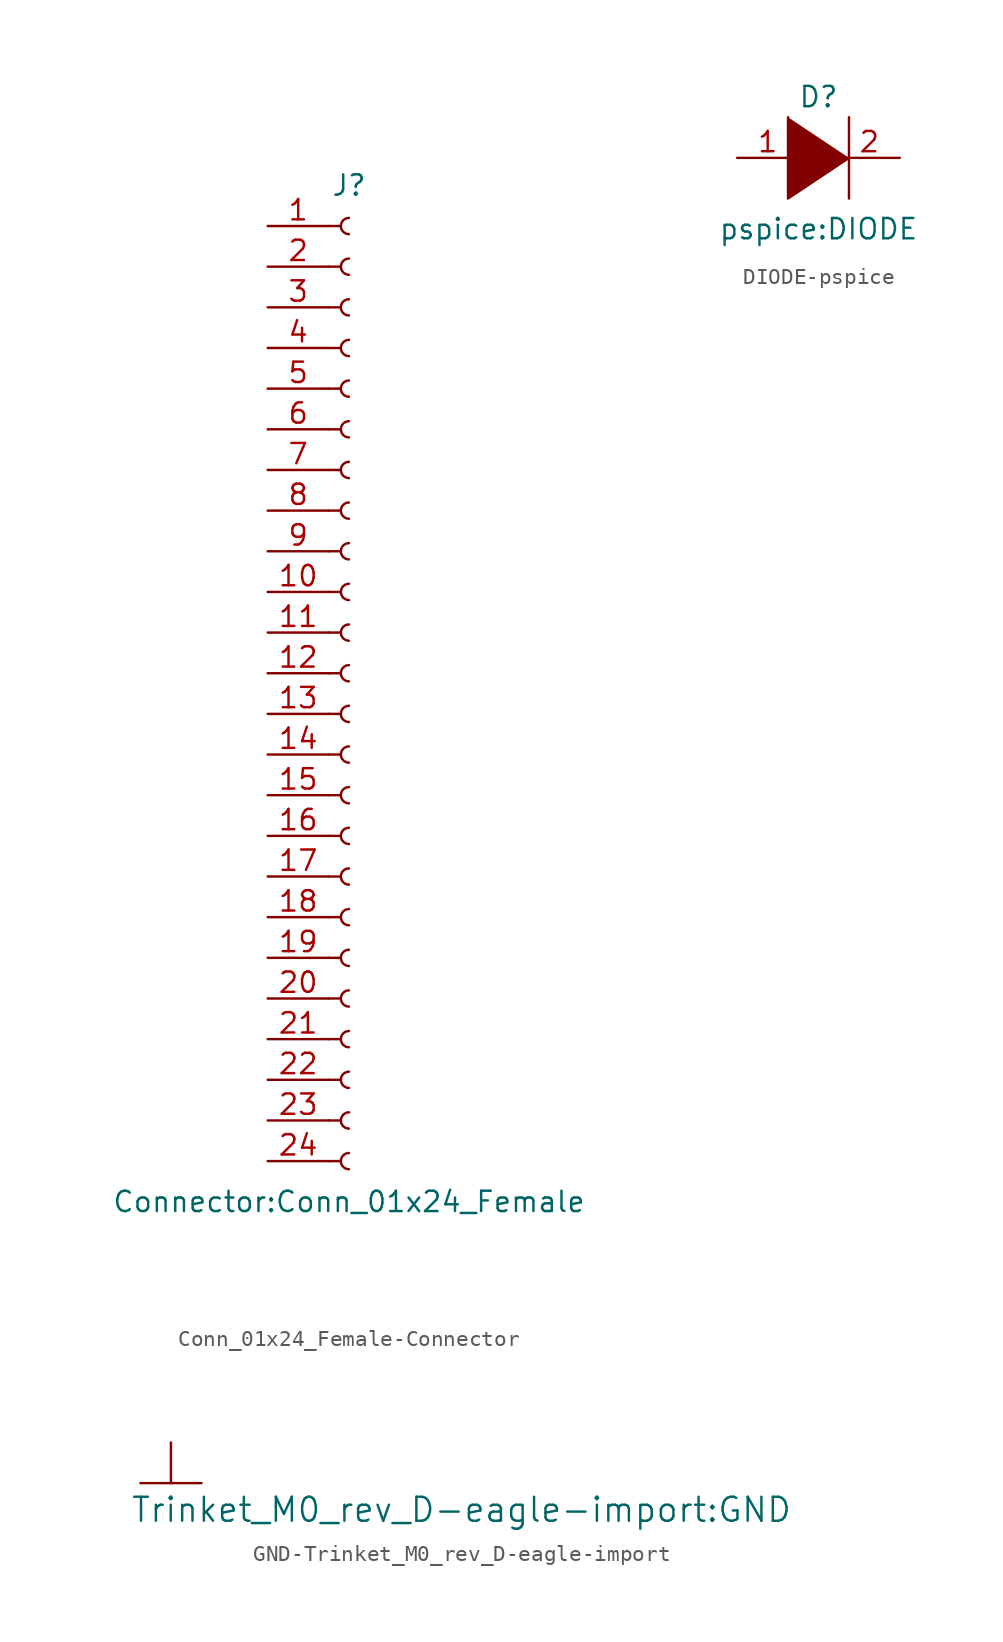
<source format=kicad_sym>
(kicad_symbol_lib
  (version 20241209)
  (generator "kicad_symbol_editor")
  (generator_version "9.0")
  (symbol "Conn_01x24_Female-Connector"
    (pin_names
      (offset 1.016)
      (hide yes))
    (property "Reference" "J"
      (at 0 30.48 0)
      (effects (font (size 1.27 1.27))))
    (property "Value" "Connector:Conn_01x24_Female"
      (at 0 -33.02 0)
      (effects (font (size 1.27 1.27))))
    (symbol "Conn_01x24_Female-Connector_1_1"
      (polyline (pts (xy -1.27 27.94) (xy -0.508 27.94)) (stroke (width 0.152) (type solid)) (fill (type none)))
      (polyline (pts (xy -1.27 25.4) (xy -0.508 25.4)) (stroke (width 0.152) (type solid)) (fill (type none)))
      (polyline (pts (xy -1.27 22.86) (xy -0.508 22.86)) (stroke (width 0.152) (type solid)) (fill (type none)))
      (polyline (pts (xy -1.27 20.32) (xy -0.508 20.32)) (stroke (width 0.152) (type solid)) (fill (type none)))
      (polyline (pts (xy -1.27 17.78) (xy -0.508 17.78)) (stroke (width 0.152) (type solid)) (fill (type none)))
      (polyline (pts (xy -1.27 15.24) (xy -0.508 15.24)) (stroke (width 0.152) (type solid)) (fill (type none)))
      (polyline (pts (xy -1.27 12.7) (xy -0.508 12.7)) (stroke (width 0.152) (type solid)) (fill (type none)))
      (polyline (pts (xy -1.27 10.16) (xy -0.508 10.16)) (stroke (width 0.152) (type solid)) (fill (type none)))
      (polyline (pts (xy -1.27 7.62) (xy -0.508 7.62)) (stroke (width 0.152) (type solid)) (fill (type none)))
      (polyline (pts (xy -1.27 5.08) (xy -0.508 5.08)) (stroke (width 0.152) (type solid)) (fill (type none)))
      (polyline (pts (xy -1.27 2.54) (xy -0.508 2.54)) (stroke (width 0.152) (type solid)) (fill (type none)))
      (polyline (pts (xy -1.27 0) (xy -0.508 0)) (stroke (width 0.152) (type solid)) (fill (type none)))
      (polyline (pts (xy -1.27 -2.54) (xy -0.508 -2.54)) (stroke (width 0.152) (type solid)) (fill (type none)))
      (polyline (pts (xy -1.27 -5.08) (xy -0.508 -5.08)) (stroke (width 0.152) (type solid)) (fill (type none)))
      (polyline (pts (xy -1.27 -7.62) (xy -0.508 -7.62)) (stroke (width 0.152) (type solid)) (fill (type none)))
      (polyline (pts (xy -1.27 -10.16) (xy -0.508 -10.16)) (stroke (width 0.152) (type solid)) (fill (type none)))
      (polyline (pts (xy -1.27 -12.7) (xy -0.508 -12.7)) (stroke (width 0.152) (type solid)) (fill (type none)))
      (polyline (pts (xy -1.27 -15.24) (xy -0.508 -15.24)) (stroke (width 0.152) (type solid)) (fill (type none)))
      (polyline (pts (xy -1.27 -17.78) (xy -0.508 -17.78)) (stroke (width 0.152) (type solid)) (fill (type none)))
      (polyline (pts (xy -1.27 -20.32) (xy -0.508 -20.32)) (stroke (width 0.152) (type solid)) (fill (type none)))
      (polyline (pts (xy -1.27 -22.86) (xy -0.508 -22.86)) (stroke (width 0.152) (type solid)) (fill (type none)))
      (polyline (pts (xy -1.27 -25.4) (xy -0.508 -25.4)) (stroke (width 0.152) (type solid)) (fill (type none)))
      (polyline (pts (xy -1.27 -27.94) (xy -0.508 -27.94)) (stroke (width 0.152) (type solid)) (fill (type none)))
      (polyline (pts (xy -1.27 -30.48) (xy -0.508 -30.48)) (stroke (width 0.152) (type solid)) (fill (type none)))
      (arc (start 0 27.432) (mid -0.508 27.94) (end 0 28.448) (stroke (width 0.1524) (type solid)) (fill (type none)))
      (arc (start 0 24.892) (mid -0.508 25.4) (end 0 25.908) (stroke (width 0.1524) (type solid)) (fill (type none)))
      (arc (start 0 22.352) (mid -0.508 22.86) (end 0 23.368) (stroke (width 0.1524) (type solid)) (fill (type none)))
      (arc (start 0 19.812) (mid -0.508 20.32) (end 0 20.828) (stroke (width 0.1524) (type solid)) (fill (type none)))
      (arc (start 0 17.272) (mid -0.508 17.78) (end 0 18.288) (stroke (width 0.1524) (type solid)) (fill (type none)))
      (arc (start 0 14.732) (mid -0.508 15.24) (end 0 15.748) (stroke (width 0.1524) (type solid)) (fill (type none)))
      (arc (start 0 12.192) (mid -0.508 12.7) (end 0 13.208) (stroke (width 0.1524) (type solid)) (fill (type none)))
      (arc (start 0 9.652) (mid -0.508 10.16) (end 0 10.668) (stroke (width 0.1524) (type solid)) (fill (type none)))
      (arc (start 0 7.112) (mid -0.508 7.62) (end 0 8.128) (stroke (width 0.1524) (type solid)) (fill (type none)))
      (arc (start 0 4.572) (mid -0.508 5.08) (end 0 5.588) (stroke (width 0.1524) (type solid)) (fill (type none)))
      (arc (start 0 2.032) (mid -0.508 2.54) (end 0 3.048) (stroke (width 0.1524) (type solid)) (fill (type none)))
      (arc (start 0 -0.508) (mid -0.508 0) (end 0 0.508) (stroke (width 0.1524) (type solid)) (fill (type none)))
      (arc (start 0 -3.048) (mid -0.508 -2.54) (end 0 -2.032) (stroke (width 0.1524) (type solid)) (fill (type none)))
      (arc (start 0 -5.588) (mid -0.508 -5.08) (end 0 -4.572) (stroke (width 0.1524) (type solid)) (fill (type none)))
      (arc (start 0 -8.128) (mid -0.508 -7.62) (end 0 -7.112) (stroke (width 0.1524) (type solid)) (fill (type none)))
      (arc (start 0 -10.668) (mid -0.508 -10.16) (end 0 -9.652) (stroke (width 0.1524) (type solid)) (fill (type none)))
      (arc (start 0 -13.208) (mid -0.508 -12.7) (end 0 -12.192) (stroke (width 0.1524) (type solid)) (fill (type none)))
      (arc (start 0 -15.748) (mid -0.508 -15.24) (end 0 -14.732) (stroke (width 0.1524) (type solid)) (fill (type none)))
      (arc (start 0 -18.288) (mid -0.508 -17.78) (end 0 -17.272) (stroke (width 0.1524) (type solid)) (fill (type none)))
      (arc (start 0 -20.828) (mid -0.508 -20.32) (end 0 -19.812) (stroke (width 0.1524) (type solid)) (fill (type none)))
      (arc (start 0 -23.368) (mid -0.508 -22.86) (end 0 -22.352) (stroke (width 0.1524) (type solid)) (fill (type none)))
      (arc (start 0 -25.908) (mid -0.508 -25.4) (end 0 -24.892) (stroke (width 0.1524) (type solid)) (fill (type none)))
      (arc (start 0 -28.448) (mid -0.508 -27.94) (end 0 -27.432) (stroke (width 0.1524) (type solid)) (fill (type none)))
      (arc (start 0 -30.988) (mid -0.508 -30.48) (end 0 -29.972) (stroke (width 0.1524) (type solid)) (fill (type none)))
      (pin passive line (at -5.08 27.94 0) (length 3.81) (name "Pin_1" (effects (font (size 1.27 1.27)))) (number "1" (effects (font (size 1.27 1.27)))))
      (pin passive line (at -5.08 25.4 0) (length 3.81) (name "Pin_2" (effects (font (size 1.27 1.27)))) (number "2" (effects (font (size 1.27 1.27)))))
      (pin passive line (at -5.08 22.86 0) (length 3.81) (name "Pin_3" (effects (font (size 1.27 1.27)))) (number "3" (effects (font (size 1.27 1.27)))))
      (pin passive line (at -5.08 20.32 0) (length 3.81) (name "Pin_4" (effects (font (size 1.27 1.27)))) (number "4" (effects (font (size 1.27 1.27)))))
      (pin passive line (at -5.08 17.78 0) (length 3.81) (name "Pin_5" (effects (font (size 1.27 1.27)))) (number "5" (effects (font (size 1.27 1.27)))))
      (pin passive line (at -5.08 15.24 0) (length 3.81) (name "Pin_6" (effects (font (size 1.27 1.27)))) (number "6" (effects (font (size 1.27 1.27)))))
      (pin passive line (at -5.08 12.7 0) (length 3.81) (name "Pin_7" (effects (font (size 1.27 1.27)))) (number "7" (effects (font (size 1.27 1.27)))))
      (pin passive line (at -5.08 10.16 0) (length 3.81) (name "Pin_8" (effects (font (size 1.27 1.27)))) (number "8" (effects (font (size 1.27 1.27)))))
      (pin passive line (at -5.08 7.62 0) (length 3.81) (name "Pin_9" (effects (font (size 1.27 1.27)))) (number "9" (effects (font (size 1.27 1.27)))))
      (pin passive line (at -5.08 5.08 0) (length 3.81) (name "Pin_10" (effects (font (size 1.27 1.27)))) (number "10" (effects (font (size 1.27 1.27)))))
      (pin passive line (at -5.08 2.54 0) (length 3.81) (name "Pin_11" (effects (font (size 1.27 1.27)))) (number "11" (effects (font (size 1.27 1.27)))))
      (pin passive line (at -5.08 0 0) (length 3.81) (name "Pin_12" (effects (font (size 1.27 1.27)))) (number "12" (effects (font (size 1.27 1.27)))))
      (pin passive line (at -5.08 -2.54 0) (length 3.81) (name "Pin_13" (effects (font (size 1.27 1.27)))) (number "13" (effects (font (size 1.27 1.27)))))
      (pin passive line (at -5.08 -5.08 0) (length 3.81) (name "Pin_14" (effects (font (size 1.27 1.27)))) (number "14" (effects (font (size 1.27 1.27)))))
      (pin passive line (at -5.08 -7.62 0) (length 3.81) (name "Pin_15" (effects (font (size 1.27 1.27)))) (number "15" (effects (font (size 1.27 1.27)))))
      (pin passive line (at -5.08 -10.16 0) (length 3.81) (name "Pin_16" (effects (font (size 1.27 1.27)))) (number "16" (effects (font (size 1.27 1.27)))))
      (pin passive line (at -5.08 -12.7 0) (length 3.81) (name "Pin_17" (effects (font (size 1.27 1.27)))) (number "17" (effects (font (size 1.27 1.27)))))
      (pin passive line (at -5.08 -15.24 0) (length 3.81) (name "Pin_18" (effects (font (size 1.27 1.27)))) (number "18" (effects (font (size 1.27 1.27)))))
      (pin passive line (at -5.08 -17.78 0) (length 3.81) (name "Pin_19" (effects (font (size 1.27 1.27)))) (number "19" (effects (font (size 1.27 1.27)))))
      (pin passive line (at -5.08 -20.32 0) (length 3.81) (name "Pin_20" (effects (font (size 1.27 1.27)))) (number "20" (effects (font (size 1.27 1.27)))))
      (pin passive line (at -5.08 -22.86 0) (length 3.81) (name "Pin_21" (effects (font (size 1.27 1.27)))) (number "21" (effects (font (size 1.27 1.27)))))
      (pin passive line (at -5.08 -25.4 0) (length 3.81) (name "Pin_22" (effects (font (size 1.27 1.27)))) (number "22" (effects (font (size 1.27 1.27)))))
      (pin passive line (at -5.08 -27.94 0) (length 3.81) (name "Pin_23" (effects (font (size 1.27 1.27)))) (number "23" (effects (font (size 1.27 1.27)))))
      (pin passive line (at -5.08 -30.48 0) (length 3.81) (name "Pin_24" (effects (font (size 1.27 1.27)))) (number "24" (effects (font (size 1.27 1.27)))))))
  (symbol "DIODE-pspice"
    (pin_names
      (offset 1.016)
      (hide yes))
    (property "Reference" "D"
      (at 0 3.81 0)
      (effects (font (size 1.27 1.27))))
    (property "Value" "pspice:DIODE"
      (at 0 -4.445 0)
      (effects (font (size 1.27 1.27))))
    (symbol "DIODE-pspice_0_1"
      (polyline (pts (xy -1.905 2.54) (xy -1.905 -2.54) (xy 1.905 0)) (stroke (width 0) (type solid)) (fill (type outline)))
      (polyline (pts (xy 1.905 2.54) (xy 1.905 -2.54)) (stroke (width 0) (type solid)) (fill (type none))))
    (symbol "DIODE-pspice_1_1"
      (pin input line (at -5.08 0 0) (length 3.81) (name "K" (effects (font (size 1.27 1.27)))) (number "1" (effects (font (size 1.27 1.27)))))
      (pin input line (at 5.08 0 180) (length 3.81) (name "A" (effects (font (size 1.27 1.27)))) (number "2" (effects (font (size 1.27 1.27)))))))
  (symbol "GND-Trinket_M0_rev_D-eagle-import"
    (power)
    (pin_names
      (offset 1.016))
    (property "Reference" "#GND"
      (at 0 0 0)
      (effects (font (size 1.27 1.27)) (hide yes)))
    (property "Value" "Trinket_M0_rev_D-eagle-import:GND"
      (at -2.54 -2.54 0)
      (effects (font (size 1.499 1.499)) (justify left bottom)))
    (property "ki_locked" ""
      (at 0 0 0)
      (effects (font (size 1.27 1.27))))
    (symbol "GND-Trinket_M0_rev_D-eagle-import_1_0"
      (polyline (pts (xy -1.905 0) (xy 1.905 0)) (stroke (width 0) (type solid)) (fill (type none)))
      (pin power_in line (at 0 2.54 270) (length 2.54) (name "GND" (effects (font (size 0 0)))) (number "1" (effects (font (size 0 0))))))))
</source>
